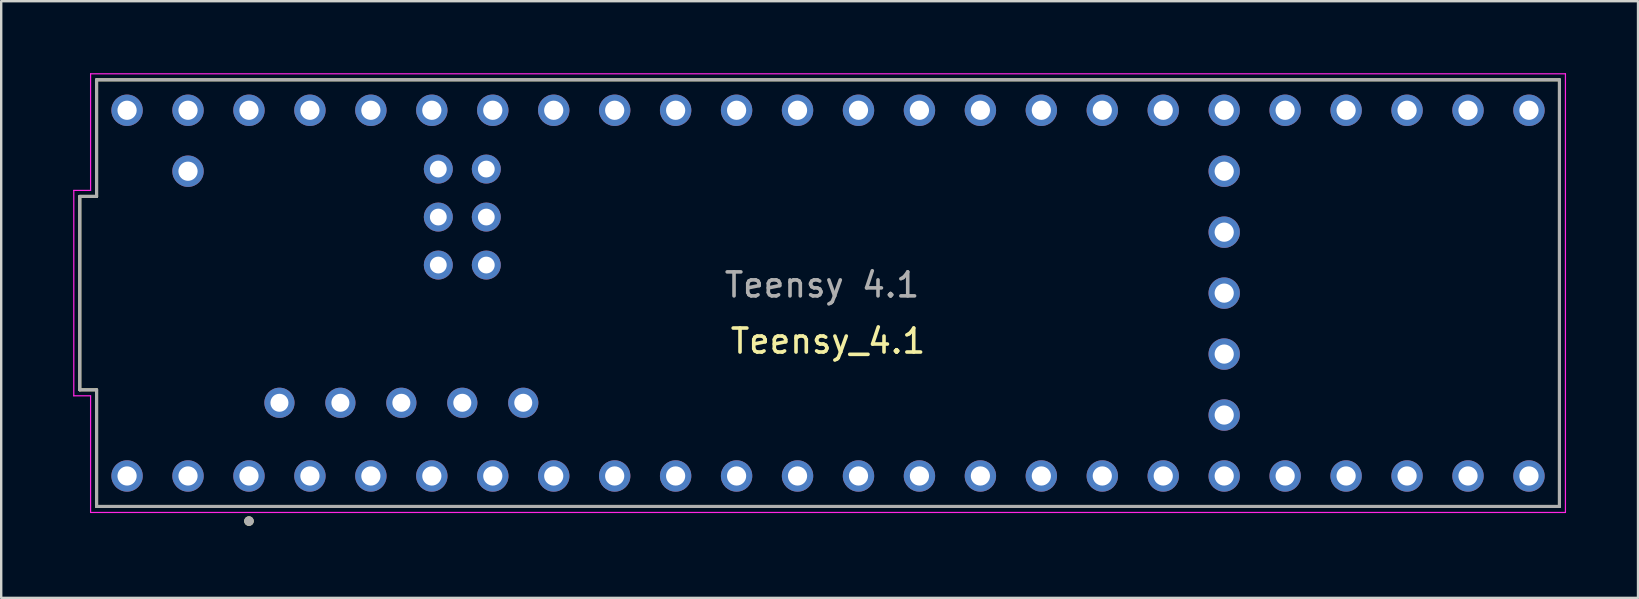
<source format=kicad_pcb>
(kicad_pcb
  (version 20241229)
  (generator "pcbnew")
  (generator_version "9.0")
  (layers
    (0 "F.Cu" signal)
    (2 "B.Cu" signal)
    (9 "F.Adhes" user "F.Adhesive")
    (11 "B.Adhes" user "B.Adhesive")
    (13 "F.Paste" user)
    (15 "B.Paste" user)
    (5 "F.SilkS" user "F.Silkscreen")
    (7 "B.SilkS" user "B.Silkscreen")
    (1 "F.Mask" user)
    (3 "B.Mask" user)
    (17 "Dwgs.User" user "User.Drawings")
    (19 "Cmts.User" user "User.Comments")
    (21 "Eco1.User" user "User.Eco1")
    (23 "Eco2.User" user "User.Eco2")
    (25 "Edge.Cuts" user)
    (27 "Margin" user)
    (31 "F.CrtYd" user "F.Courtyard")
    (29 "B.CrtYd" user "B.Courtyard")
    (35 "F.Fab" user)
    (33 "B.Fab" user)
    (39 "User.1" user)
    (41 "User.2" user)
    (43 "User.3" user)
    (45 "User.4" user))
  (footprint "Teensy_4.1"
    (layer "F.Cu")
    (at 31.455 9.165)
    (property "Reference" "Teensy_4.1" (at 0 2 0) (layer "F.SilkS") (effects (font (size 1 1) (thickness 0.15))))
    (attr through_hole)
    (fp_line (start -31.18 4.03) (end -31.18 -4.03) (stroke (width 0.127) (type solid)) (layer "F.SilkS"))
    (fp_line (start -30.48 -8.89) (end -30.48 -4.03) (stroke (width 0.127) (type solid)) (layer "F.SilkS"))
    (fp_line (start -30.48 -8.89) (end 30.48 -8.89) (stroke (width 0.127) (type solid)) (layer "F.SilkS"))
    (fp_line (start -30.48 -4.03) (end -31.18 -4.03) (stroke (width 0.127) (type solid)) (layer "F.SilkS"))
    (fp_line (start -30.48 4.03) (end -31.18 4.03) (stroke (width 0.127) (type solid)) (layer "F.SilkS"))
    (fp_line (start -30.48 8.89) (end -30.48 4.03) (stroke (width 0.127) (type solid)) (layer "F.SilkS"))
    (fp_line (start 30.48 -8.89) (end 30.48 8.89) (stroke (width 0.127) (type solid)) (layer "F.SilkS"))
    (fp_line (start 30.48 8.89) (end -30.48 8.89) (stroke (width 0.127) (type solid)) (layer "F.SilkS"))
    (fp_circle (center -24.13 9.5) (end -24.03 9.5) (stroke (width 0.2) (type solid)) (fill no) (layer "F.SilkS"))
    (fp_line (start -31.43 4.28) (end -31.43 -4.28) (stroke (width 0.05) (type solid)) (layer "F.CrtYd"))
    (fp_line (start -30.73 -9.14) (end -30.73 -4.28) (stroke (width 0.05) (type solid)) (layer "F.CrtYd"))
    (fp_line (start -30.73 -9.14) (end 30.73 -9.14) (stroke (width 0.05) (type solid)) (layer "F.CrtYd"))
    (fp_line (start -30.73 -4.28) (end -31.43 -4.28) (stroke (width 0.05) (type solid)) (layer "F.CrtYd"))
    (fp_line (start -30.73 4.28) (end -31.43 4.28) (stroke (width 0.05) (type solid)) (layer "F.CrtYd"))
    (fp_line (start -30.73 9.14) (end -30.73 4.28) (stroke (width 0.05) (type solid)) (layer "F.CrtYd"))
    (fp_line (start 30.73 -9.14) (end 30.73 9.14) (stroke (width 0.05) (type solid)) (layer "F.CrtYd"))
    (fp_line (start 30.73 9.14) (end -30.73 9.14) (stroke (width 0.05) (type solid)) (layer "F.CrtYd"))
    (fp_line (start -31.18 4.03) (end -31.18 -4.03) (stroke (width 0.127) (type solid)) (layer "F.Fab"))
    (fp_line (start -30.48 -8.89) (end -30.48 -4.03) (stroke (width 0.127) (type solid)) (layer "F.Fab"))
    (fp_line (start -30.48 -8.89) (end 30.48 -8.89) (stroke (width 0.127) (type solid)) (layer "F.Fab"))
    (fp_line (start -30.48 -4.03) (end -31.18 -4.03) (stroke (width 0.127) (type solid)) (layer "F.Fab"))
    (fp_line (start -30.48 4.03) (end -31.18 4.03) (stroke (width 0.127) (type solid)) (layer "F.Fab"))
    (fp_line (start -30.48 8.89) (end -30.48 4.03) (stroke (width 0.127) (type solid)) (layer "F.Fab"))
    (fp_line (start 30.48 -8.89) (end 30.48 8.89) (stroke (width 0.127) (type solid)) (layer "F.Fab"))
    (fp_line (start 30.48 8.89) (end -30.48 8.89) (stroke (width 0.127) (type solid)) (layer "F.Fab"))
    (fp_circle (center -24.13 9.5) (end -24.03 9.5) (stroke (width 0.2) (type solid)) (fill no) (layer "F.Fab"))
    (fp_text user "Teensy 4.1" (at -0.25 -0.34 0) (layer "F.Fab") (effects (font (size 1 1) (thickness 0.15))))
    (pad "0" thru_hole circle (at -26.67 7.62) (size 1.308 1.308) (drill 0.8) (layers "*.Cu" "*.Mask"))
    (pad "1" thru_hole circle (at -24.13 7.62) (size 1.308 1.308) (drill 0.8) (layers "*.Cu" "*.Mask"))
    (pad "2" thru_hole circle (at -21.59 7.62) (size 1.308 1.308) (drill 0.8) (layers "*.Cu" "*.Mask"))
    (pad "3" thru_hole circle (at -19.05 7.62) (size 1.308 1.308) (drill 0.8) (layers "*.Cu" "*.Mask"))
    (pad "3.3V_1" thru_hole circle (at 6.35 7.62) (size 1.308 1.308) (drill 0.8) (layers "*.Cu" "*.Mask"))
    (pad "3.3V_2" thru_hole circle (at -24.13 -7.62) (size 1.308 1.308) (drill 0.8) (layers "*.Cu" "*.Mask"))
    (pad "3.3V_3" thru_hole circle (at 16.51 2.54) (size 1.308 1.308) (drill 0.8) (layers "*.Cu" "*.Mask"))
    (pad "4" thru_hole circle (at -16.51 7.62) (size 1.308 1.308) (drill 0.8) (layers "*.Cu" "*.Mask"))
    (pad "5" thru_hole circle (at -13.97 7.62) (size 1.308 1.308) (drill 0.8) (layers "*.Cu" "*.Mask"))
    (pad "5V" thru_hole circle (at -22.86 4.57) (size 1.258 1.258) (drill 0.75) (layers "*.Cu" "*.Mask"))
    (pad "6" thru_hole circle (at -11.43 7.62) (size 1.308 1.308) (drill 0.8) (layers "*.Cu" "*.Mask"))
    (pad "7" thru_hole circle (at -8.89 7.62) (size 1.308 1.308) (drill 0.8) (layers "*.Cu" "*.Mask"))
    (pad "8" thru_hole circle (at -6.35 7.62) (size 1.308 1.308) (drill 0.8) (layers "*.Cu" "*.Mask"))
    (pad "9" thru_hole circle (at -3.81 7.62) (size 1.308 1.308) (drill 0.8) (layers "*.Cu" "*.Mask"))
    (pad "10" thru_hole circle (at -1.27 7.62) (size 1.308 1.308) (drill 0.8) (layers "*.Cu" "*.Mask"))
    (pad "11" thru_hole circle (at 1.27 7.62) (size 1.308 1.308) (drill 0.8) (layers "*.Cu" "*.Mask"))
    (pad "12" thru_hole circle (at 3.81 7.62) (size 1.308 1.308) (drill 0.8) (layers "*.Cu" "*.Mask"))
    (pad "13" thru_hole circle (at 3.81 -7.62) (size 1.308 1.308) (drill 0.8) (layers "*.Cu" "*.Mask"))
    (pad "14" thru_hole circle (at 1.27 -7.62) (size 1.308 1.308) (drill 0.8) (layers "*.Cu" "*.Mask"))
    (pad "15" thru_hole circle (at -1.27 -7.62) (size 1.308 1.308) (drill 0.8) (layers "*.Cu" "*.Mask"))
    (pad "16" thru_hole circle (at -3.81 -7.62) (size 1.308 1.308) (drill 0.8) (layers "*.Cu" "*.Mask"))
    (pad "17" thru_hole circle (at -6.35 -7.62) (size 1.308 1.308) (drill 0.8) (layers "*.Cu" "*.Mask"))
    (pad "18" thru_hole circle (at -8.89 -7.62) (size 1.308 1.308) (drill 0.8) (layers "*.Cu" "*.Mask"))
    (pad "19" thru_hole circle (at -11.43 -7.62) (size 1.308 1.308) (drill 0.8) (layers "*.Cu" "*.Mask"))
    (pad "20" thru_hole circle (at -13.97 -7.62) (size 1.308 1.308) (drill 0.8) (layers "*.Cu" "*.Mask"))
    (pad "21" thru_hole circle (at -16.51 -7.62) (size 1.308 1.308) (drill 0.8) (layers "*.Cu" "*.Mask"))
    (pad "22" thru_hole circle (at -19.05 -7.62) (size 1.308 1.308) (drill 0.8) (layers "*.Cu" "*.Mask"))
    (pad "23" thru_hole circle (at -21.59 -7.62) (size 1.308 1.308) (drill 0.8) (layers "*.Cu" "*.Mask"))
    (pad "24" thru_hole circle (at 8.89 7.62) (size 1.308 1.308) (drill 0.8) (layers "*.Cu" "*.Mask"))
    (pad "25" thru_hole circle (at 11.43 7.62) (size 1.308 1.308) (drill 0.8) (layers "*.Cu" "*.Mask"))
    (pad "26" thru_hole circle (at 13.97 7.62) (size 1.308 1.308) (drill 0.8) (layers "*.Cu" "*.Mask"))
    (pad "27" thru_hole circle (at 16.51 7.62) (size 1.308 1.308) (drill 0.8) (layers "*.Cu" "*.Mask"))
    (pad "28" thru_hole circle (at 19.05 7.62) (size 1.308 1.308) (drill 0.8) (layers "*.Cu" "*.Mask"))
    (pad "29" thru_hole circle (at 21.59 7.62) (size 1.308 1.308) (drill 0.8) (layers "*.Cu" "*.Mask"))
    (pad "30" thru_hole circle (at 24.13 7.62) (size 1.308 1.308) (drill 0.8) (layers "*.Cu" "*.Mask"))
    (pad "31" thru_hole circle (at 26.67 7.62) (size 1.308 1.308) (drill 0.8) (layers "*.Cu" "*.Mask"))
    (pad "32" thru_hole circle (at 29.21 7.62) (size 1.308 1.308) (drill 0.8) (layers "*.Cu" "*.Mask"))
    (pad "33" thru_hole circle (at 29.21 -7.62) (size 1.308 1.308) (drill 0.8) (layers "*.Cu" "*.Mask"))
    (pad "34" thru_hole circle (at 26.67 -7.62) (size 1.308 1.308) (drill 0.8) (layers "*.Cu" "*.Mask"))
    (pad "35" thru_hole circle (at 24.13 -7.62) (size 1.308 1.308) (drill 0.8) (layers "*.Cu" "*.Mask"))
    (pad "36" thru_hole circle (at 21.59 -7.62) (size 1.308 1.308) (drill 0.8) (layers "*.Cu" "*.Mask"))
    (pad "37" thru_hole circle (at 19.05 -7.62) (size 1.308 1.308) (drill 0.8) (layers "*.Cu" "*.Mask"))
    (pad "38" thru_hole circle (at 16.51 -7.62) (size 1.308 1.308) (drill 0.8) (layers "*.Cu" "*.Mask"))
    (pad "39" thru_hole circle (at 13.97 -7.62) (size 1.308 1.308) (drill 0.8) (layers "*.Cu" "*.Mask"))
    (pad "40" thru_hole circle (at 11.43 -7.62) (size 1.308 1.308) (drill 0.8) (layers "*.Cu" "*.Mask"))
    (pad "41" thru_hole circle (at 8.89 -7.62) (size 1.308 1.308) (drill 0.8) (layers "*.Cu" "*.Mask"))
    (pad "D+" thru_hole circle (at -17.78 4.57) (size 1.258 1.258) (drill 0.75) (layers "*.Cu" "*.Mask"))
    (pad "D-" thru_hole circle (at -20.32 4.57) (size 1.258 1.258) (drill 0.75) (layers "*.Cu" "*.Mask"))
    (pad "GND1" thru_hole circle (at -29.21 7.62) (size 1.308 1.308) (drill 0.8) (layers "*.Cu" "*.Mask"))
    (pad "GND2" thru_hole circle (at 6.35 -7.62) (size 1.308 1.308) (drill 0.8) (layers "*.Cu" "*.Mask"))
    (pad "GND3" thru_hole circle (at -26.67 -7.62) (size 1.308 1.308) (drill 0.8) (layers "*.Cu" "*.Mask"))
    (pad "GND4" thru_hole circle (at 16.51 0) (size 1.308 1.308) (drill 0.8) (layers "*.Cu" "*.Mask"))
    (pad "GND5" thru_hole circle (at -14.24 -3.17) (size 1.208 1.208) (drill 0.7) (layers "*.Cu" "*.Mask"))
    (pad "LED" thru_hole circle (at -16.24 -3.17) (size 1.208 1.208) (drill 0.7) (layers "*.Cu" "*.Mask"))
    (pad "ON/OFF" thru_hole circle (at 16.51 -5.08) (size 1.308 1.308) (drill 0.8) (layers "*.Cu" "*.Mask"))
    (pad "PROGRAM" thru_hole circle (at 16.51 -2.54) (size 1.308 1.308) (drill 0.8) (layers "*.Cu" "*.Mask"))
    (pad "R+" thru_hole circle (at -16.24 -5.17) (size 1.208 1.208) (drill 0.7) (layers "*.Cu" "*.Mask"))
    (pad "R-" thru_hole circle (at -14.24 -5.17) (size 1.208 1.208) (drill 0.7) (layers "*.Cu" "*.Mask"))
    (pad "T+" thru_hole circle (at -14.24 -1.17) (size 1.208 1.208) (drill 0.7) (layers "*.Cu" "*.Mask"))
    (pad "T-" thru_hole circle (at -16.24 -1.17) (size 1.208 1.208) (drill 0.7) (layers "*.Cu" "*.Mask"))
    (pad "USB_GND1" thru_hole circle (at -15.24 4.57) (size 1.258 1.258) (drill 0.75) (layers "*.Cu" "*.Mask"))
    (pad "USB_GND2" thru_hole circle (at -12.7 4.57) (size 1.258 1.258) (drill 0.75) (layers "*.Cu" "*.Mask"))
    (pad "VBAT" thru_hole circle (at 16.51 5.08) (size 1.308 1.308) (drill 0.8) (layers "*.Cu" "*.Mask"))
    (pad "VIN" thru_hole circle (at -29.21 -7.62) (size 1.308 1.308) (drill 0.8) (layers "*.Cu" "*.Mask"))
    (pad "VUSB" thru_hole circle (at -26.67 -5.08) (size 1.308 1.308) (drill 0.8) (layers "*.Cu" "*.Mask")))
  (gr_rect
    (start -3 -3)
    (end 65.21 21.865)
    (stroke (width 0.1) (type default))
    (fill no)
    (layer "Edge.Cuts")))
</source>
